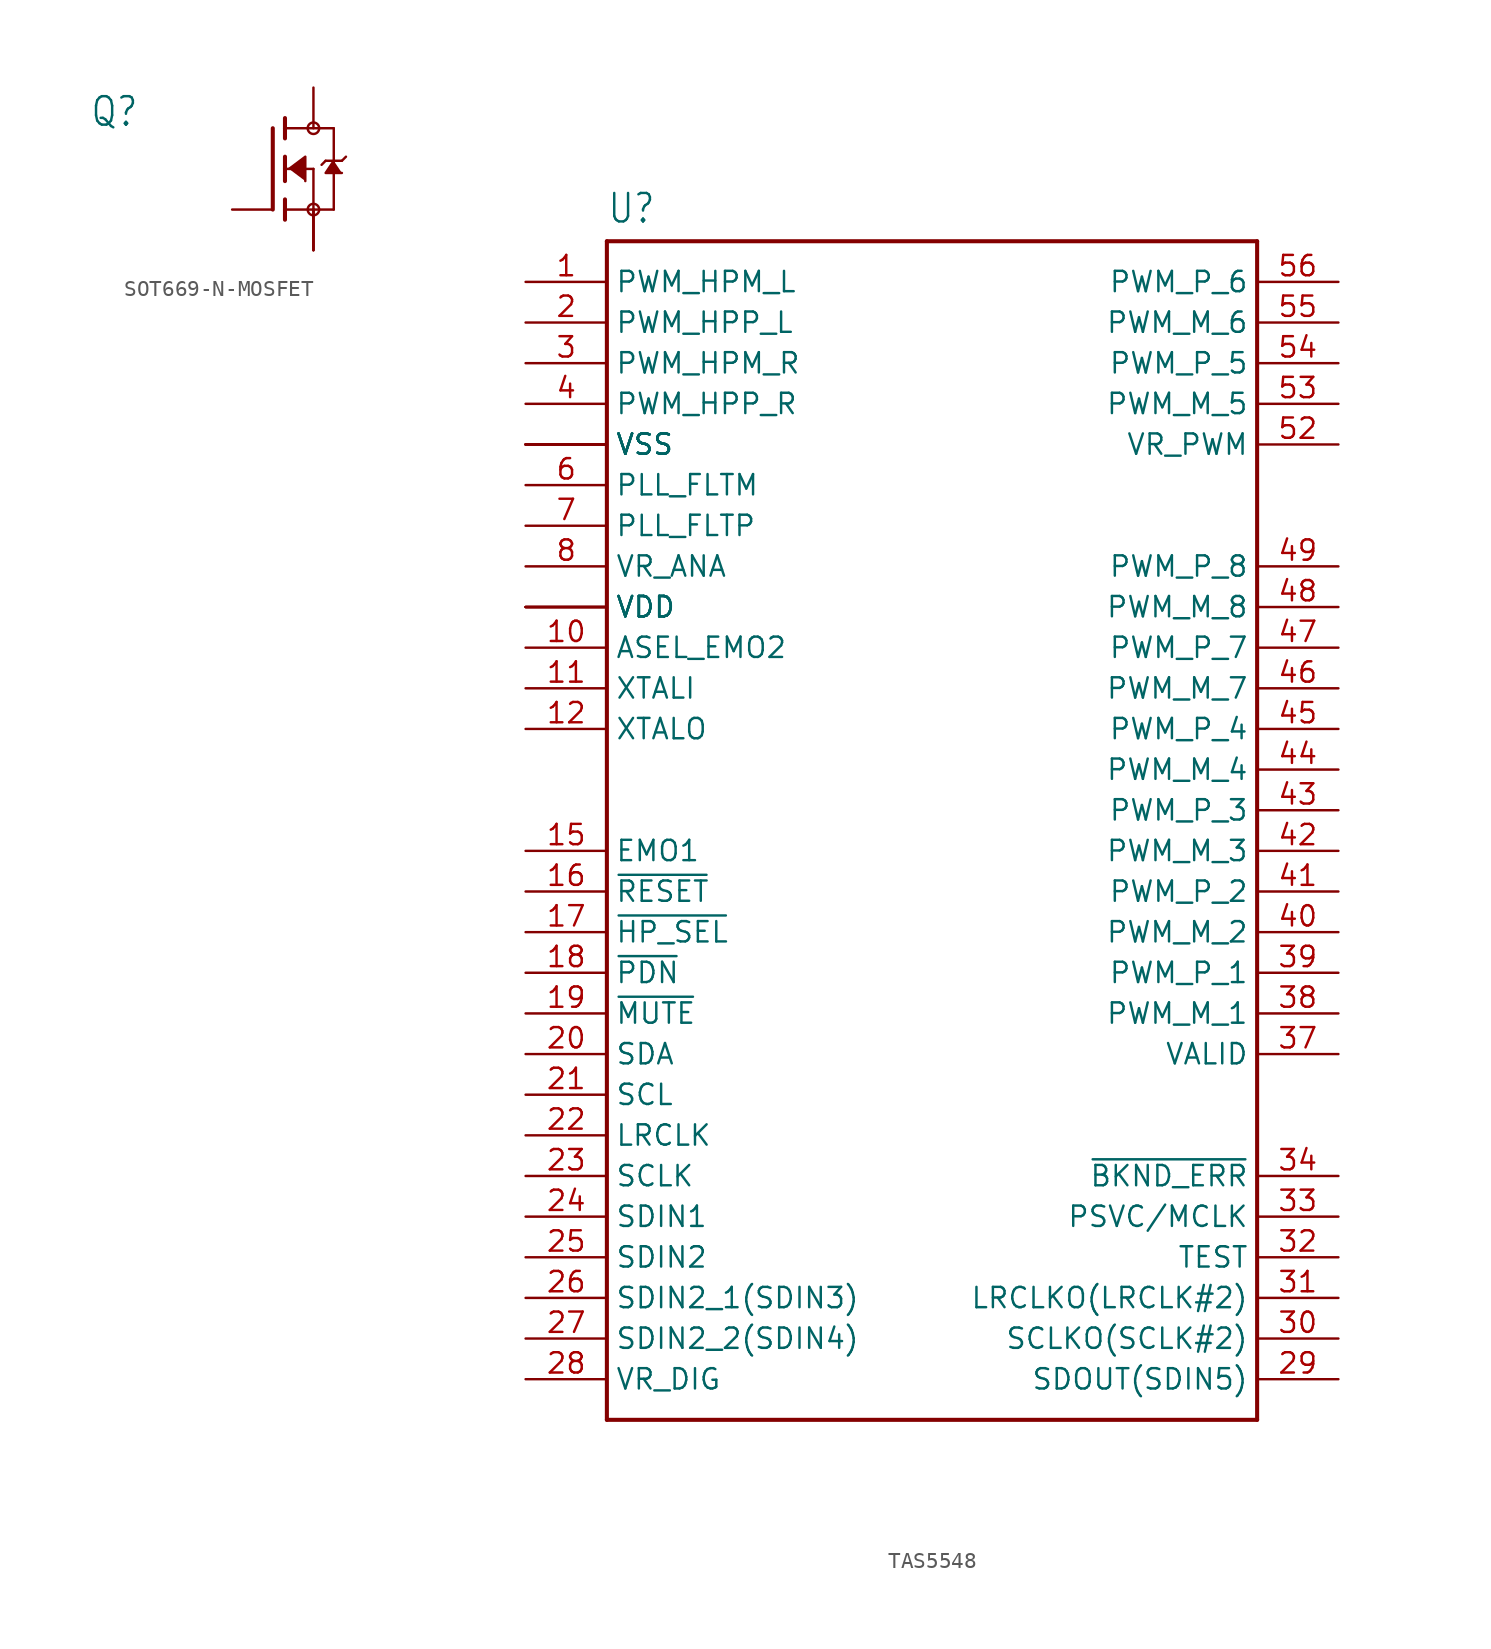
<source format=kicad_sym>
(kicad_symbol_lib
  (version 20231120)
  (generator "kicad_symbol_editor")
  (generator_version "8.0")
  (symbol "SOT669-N-MOSFET"
    (property "Reference" "Q"
      (at -11.43 2.54 0)
      (effects (font (size 1.778 1.511)) (justify left bottom)))
    (property "Value" ""
      (at -11.43 0 0)
      (effects (font (size 1.778 1.511)) (justify left bottom)))
    (property "ki_locked" ""
      (at 0 0 0)
      (effects (font (size 1.27 1.27))))
    (symbol "SOT669-N-MOSFET_1_0"
      (polyline (pts (xy 0 2.54) (xy 0 -2.54)) (stroke (width 0.254) (type solid)) (fill (type none)))
      (polyline (pts (xy 0.762 -2.54) (xy 0.762 -3.175)) (stroke (width 0.254) (type solid)) (fill (type none)))
      (polyline (pts (xy 0.762 -1.905) (xy 0.762 -2.54)) (stroke (width 0.254) (type solid)) (fill (type none)))
      (polyline (pts (xy 0.762 0) (xy 0.762 -0.762)) (stroke (width 0.254) (type solid)) (fill (type none)))
      (polyline (pts (xy 0.762 0) (xy 2.54 0)) (stroke (width 0.152) (type solid)) (fill (type none)))
      (polyline (pts (xy 0.762 0.762) (xy 0.762 0)) (stroke (width 0.254) (type solid)) (fill (type none)))
      (polyline (pts (xy 0.762 2.54) (xy 0.762 1.905)) (stroke (width 0.254) (type solid)) (fill (type none)))
      (polyline (pts (xy 0.762 2.54) (xy 3.81 2.54)) (stroke (width 0.152) (type solid)) (fill (type none)))
      (polyline (pts (xy 0.762 3.175) (xy 0.762 2.54)) (stroke (width 0.254) (type solid)) (fill (type none)))
      (polyline (pts (xy 2.54 -2.54) (xy 0.762 -2.54)) (stroke (width 0.152) (type solid)) (fill (type none)))
      (polyline (pts (xy 2.54 -2.54) (xy 3.81 -2.54)) (stroke (width 0.152) (type solid)) (fill (type none)))
      (polyline (pts (xy 2.54 0) (xy 2.54 -2.54)) (stroke (width 0.152) (type solid)) (fill (type none)))
      (polyline (pts (xy 3.302 0.508) (xy 3.048 0.254)) (stroke (width 0.152) (type solid)) (fill (type none)))
      (polyline (pts (xy 3.81 0.508) (xy 3.302 0.508)) (stroke (width 0.152) (type solid)) (fill (type none)))
      (polyline (pts (xy 3.81 0.508) (xy 3.81 -2.54)) (stroke (width 0.152) (type solid)) (fill (type none)))
      (polyline (pts (xy 3.81 2.54) (xy 3.81 0.508)) (stroke (width 0.152) (type solid)) (fill (type none)))
      (polyline (pts (xy 4.318 0.508) (xy 3.81 0.508)) (stroke (width 0.152) (type solid)) (fill (type none)))
      (polyline (pts (xy 4.572 0.762) (xy 4.318 0.508)) (stroke (width 0.152) (type solid)) (fill (type none)))
      (polyline (pts (xy 1.016 0) (xy 2.032 0.762) (xy 2.032 -0.762)) (stroke (width 0.152) (type solid)) (fill (type outline)))
      (polyline (pts (xy 3.81 0.508) (xy 3.302 -0.254) (xy 4.318 -0.254)) (stroke (width 0.152) (type solid)) (fill (type outline)))
      (circle (center 2.54 -2.54) (radius 0.359) (stroke (width 0) (type solid)) (fill (type none)))
      (circle (center 2.54 2.54) (radius 0.359) (stroke (width 0) (type solid)) (fill (type none)))
      (pin passive line (at 2.54 -5.08 90) (length 2.54) (name "S" (effects (font (size 0 0)))) (number "1" (effects (font (size 0 0)))))
      (pin passive line (at 2.54 -5.08 90) (length 2.54) (name "S" (effects (font (size 0 0)))) (number "2" (effects (font (size 0 0)))))
      (pin passive line (at 2.54 -5.08 90) (length 2.54) (name "S" (effects (font (size 0 0)))) (number "3" (effects (font (size 0 0)))))
      (pin passive line (at -2.54 -2.54 0) (length 2.54) (name "G" (effects (font (size 0 0)))) (number "4" (effects (font (size 0 0)))))
      (pin passive line (at 2.54 5.08 270) (length 2.54) (name "D" (effects (font (size 0 0)))) (number "MB" (effects (font (size 0 0)))))))
  (symbol "TAS5548"
    (property "Reference" "U"
      (at -20.32 36.576 0)
      (effects (font (size 1.778 1.511)) (justify left bottom)))
    (property "Value" ""
      (at 20.32 36.576 0)
      (effects (font (size 1.778 1.511)) (justify right bottom)))
    (property "ki_locked" ""
      (at 0 0 0)
      (effects (font (size 1.27 1.27))))
    (symbol "TAS5548_1_0"
      (polyline (pts (xy -20.32 -38.1) (xy -20.32 35.56)) (stroke (width 0.254) (type solid)) (fill (type none)))
      (polyline (pts (xy -20.32 35.56) (xy 20.32 35.56)) (stroke (width 0.254) (type solid)) (fill (type none)))
      (polyline (pts (xy 20.32 -38.1) (xy -20.32 -38.1)) (stroke (width 0.254) (type solid)) (fill (type none)))
      (polyline (pts (xy 20.32 35.56) (xy 20.32 -38.1)) (stroke (width 0.254) (type solid)) (fill (type none)))
      (pin bidirectional line (at -25.4 33.02 0) (length 5.08) (name "PWM_HPM_L" (effects (font (size 1.27 1.27)))) (number "1" (effects (font (size 1.27 1.27)))))
      (pin bidirectional line (at -25.4 10.16 0) (length 5.08) (name "ASEL_EMO2" (effects (font (size 1.27 1.27)))) (number "10" (effects (font (size 1.27 1.27)))))
      (pin bidirectional line (at -25.4 7.62 0) (length 5.08) (name "XTALI" (effects (font (size 1.27 1.27)))) (number "11" (effects (font (size 1.27 1.27)))))
      (pin bidirectional line (at -25.4 5.08 0) (length 5.08) (name "XTALO" (effects (font (size 1.27 1.27)))) (number "12" (effects (font (size 1.27 1.27)))))
      (pin bidirectional line (at -25.4 22.86 0) (length 5.08) (name "VSS" (effects (font (size 1.27 1.27)))) (number "13" (effects (font (size 0 0)))))
      (pin bidirectional line (at -25.4 12.7 0) (length 5.08) (name "VDD" (effects (font (size 1.27 1.27)))) (number "14" (effects (font (size 0 0)))))
      (pin bidirectional line (at -25.4 -2.54 0) (length 5.08) (name "EMO1" (effects (font (size 1.27 1.27)))) (number "15" (effects (font (size 1.27 1.27)))))
      (pin bidirectional line (at -25.4 -5.08 0) (length 5.08) (name "~{RESET}" (effects (font (size 1.27 1.27)))) (number "16" (effects (font (size 1.27 1.27)))))
      (pin bidirectional line (at -25.4 -7.62 0) (length 5.08) (name "~{HP_SEL}" (effects (font (size 1.27 1.27)))) (number "17" (effects (font (size 1.27 1.27)))))
      (pin bidirectional line (at -25.4 -10.16 0) (length 5.08) (name "~{PDN}" (effects (font (size 1.27 1.27)))) (number "18" (effects (font (size 1.27 1.27)))))
      (pin bidirectional line (at -25.4 -12.7 0) (length 5.08) (name "~{MUTE}" (effects (font (size 1.27 1.27)))) (number "19" (effects (font (size 1.27 1.27)))))
      (pin bidirectional line (at -25.4 30.48 0) (length 5.08) (name "PWM_HPP_L" (effects (font (size 1.27 1.27)))) (number "2" (effects (font (size 1.27 1.27)))))
      (pin bidirectional line (at -25.4 -15.24 0) (length 5.08) (name "SDA" (effects (font (size 1.27 1.27)))) (number "20" (effects (font (size 1.27 1.27)))))
      (pin bidirectional line (at -25.4 -17.78 0) (length 5.08) (name "SCL" (effects (font (size 1.27 1.27)))) (number "21" (effects (font (size 1.27 1.27)))))
      (pin bidirectional line (at -25.4 -20.32 0) (length 5.08) (name "LRCLK" (effects (font (size 1.27 1.27)))) (number "22" (effects (font (size 1.27 1.27)))))
      (pin bidirectional line (at -25.4 -22.86 0) (length 5.08) (name "SCLK" (effects (font (size 1.27 1.27)))) (number "23" (effects (font (size 1.27 1.27)))))
      (pin bidirectional line (at -25.4 -25.4 0) (length 5.08) (name "SDIN1" (effects (font (size 1.27 1.27)))) (number "24" (effects (font (size 1.27 1.27)))))
      (pin bidirectional line (at -25.4 -27.94 0) (length 5.08) (name "SDIN2" (effects (font (size 1.27 1.27)))) (number "25" (effects (font (size 1.27 1.27)))))
      (pin bidirectional line (at -25.4 -30.48 0) (length 5.08) (name "SDIN2_1(SDIN3)" (effects (font (size 1.27 1.27)))) (number "26" (effects (font (size 1.27 1.27)))))
      (pin bidirectional line (at -25.4 -33.02 0) (length 5.08) (name "SDIN2_2(SDIN4)" (effects (font (size 1.27 1.27)))) (number "27" (effects (font (size 1.27 1.27)))))
      (pin bidirectional line (at -25.4 -35.56 0) (length 5.08) (name "VR_DIG" (effects (font (size 1.27 1.27)))) (number "28" (effects (font (size 1.27 1.27)))))
      (pin bidirectional line (at 25.4 -35.56 180) (length 5.08) (name "SDOUT(SDIN5)" (effects (font (size 1.27 1.27)))) (number "29" (effects (font (size 1.27 1.27)))))
      (pin bidirectional line (at -25.4 27.94 0) (length 5.08) (name "PWM_HPM_R" (effects (font (size 1.27 1.27)))) (number "3" (effects (font (size 1.27 1.27)))))
      (pin bidirectional line (at 25.4 -33.02 180) (length 5.08) (name "SCLKO(SCLK#2)" (effects (font (size 1.27 1.27)))) (number "30" (effects (font (size 1.27 1.27)))))
      (pin bidirectional line (at 25.4 -30.48 180) (length 5.08) (name "LRCLKO(LRCLK#2)" (effects (font (size 1.27 1.27)))) (number "31" (effects (font (size 1.27 1.27)))))
      (pin bidirectional line (at 25.4 -27.94 180) (length 5.08) (name "TEST" (effects (font (size 1.27 1.27)))) (number "32" (effects (font (size 1.27 1.27)))))
      (pin bidirectional line (at 25.4 -25.4 180) (length 5.08) (name "PSVC/MCLK" (effects (font (size 1.27 1.27)))) (number "33" (effects (font (size 1.27 1.27)))))
      (pin bidirectional line (at 25.4 -22.86 180) (length 5.08) (name "~{BKND_ERR}" (effects (font (size 1.27 1.27)))) (number "34" (effects (font (size 1.27 1.27)))))
      (pin bidirectional line (at -25.4 12.7 0) (length 5.08) (name "VDD" (effects (font (size 1.27 1.27)))) (number "35" (effects (font (size 0 0)))))
      (pin bidirectional line (at -25.4 22.86 0) (length 5.08) (name "VSS" (effects (font (size 1.27 1.27)))) (number "36" (effects (font (size 0 0)))))
      (pin bidirectional line (at 25.4 -15.24 180) (length 5.08) (name "VALID" (effects (font (size 1.27 1.27)))) (number "37" (effects (font (size 1.27 1.27)))))
      (pin bidirectional line (at 25.4 -12.7 180) (length 5.08) (name "PWM_M_1" (effects (font (size 1.27 1.27)))) (number "38" (effects (font (size 1.27 1.27)))))
      (pin bidirectional line (at 25.4 -10.16 180) (length 5.08) (name "PWM_P_1" (effects (font (size 1.27 1.27)))) (number "39" (effects (font (size 1.27 1.27)))))
      (pin bidirectional line (at -25.4 25.4 0) (length 5.08) (name "PWM_HPP_R" (effects (font (size 1.27 1.27)))) (number "4" (effects (font (size 1.27 1.27)))))
      (pin bidirectional line (at 25.4 -7.62 180) (length 5.08) (name "PWM_M_2" (effects (font (size 1.27 1.27)))) (number "40" (effects (font (size 1.27 1.27)))))
      (pin bidirectional line (at 25.4 -5.08 180) (length 5.08) (name "PWM_P_2" (effects (font (size 1.27 1.27)))) (number "41" (effects (font (size 1.27 1.27)))))
      (pin bidirectional line (at 25.4 -2.54 180) (length 5.08) (name "PWM_M_3" (effects (font (size 1.27 1.27)))) (number "42" (effects (font (size 1.27 1.27)))))
      (pin bidirectional line (at 25.4 0 180) (length 5.08) (name "PWM_P_3" (effects (font (size 1.27 1.27)))) (number "43" (effects (font (size 1.27 1.27)))))
      (pin bidirectional line (at 25.4 2.54 180) (length 5.08) (name "PWM_M_4" (effects (font (size 1.27 1.27)))) (number "44" (effects (font (size 1.27 1.27)))))
      (pin bidirectional line (at 25.4 5.08 180) (length 5.08) (name "PWM_P_4" (effects (font (size 1.27 1.27)))) (number "45" (effects (font (size 1.27 1.27)))))
      (pin bidirectional line (at 25.4 7.62 180) (length 5.08) (name "PWM_M_7" (effects (font (size 1.27 1.27)))) (number "46" (effects (font (size 1.27 1.27)))))
      (pin bidirectional line (at 25.4 10.16 180) (length 5.08) (name "PWM_P_7" (effects (font (size 1.27 1.27)))) (number "47" (effects (font (size 1.27 1.27)))))
      (pin bidirectional line (at 25.4 12.7 180) (length 5.08) (name "PWM_M_8" (effects (font (size 1.27 1.27)))) (number "48" (effects (font (size 1.27 1.27)))))
      (pin bidirectional line (at 25.4 15.24 180) (length 5.08) (name "PWM_P_8" (effects (font (size 1.27 1.27)))) (number "49" (effects (font (size 1.27 1.27)))))
      (pin bidirectional line (at -25.4 22.86 0) (length 5.08) (name "VSS" (effects (font (size 1.27 1.27)))) (number "5" (effects (font (size 0 0)))))
      (pin bidirectional line (at -25.4 12.7 0) (length 5.08) (name "VDD" (effects (font (size 1.27 1.27)))) (number "50" (effects (font (size 0 0)))))
      (pin bidirectional line (at -25.4 22.86 0) (length 5.08) (name "VSS" (effects (font (size 1.27 1.27)))) (number "51" (effects (font (size 0 0)))))
      (pin bidirectional line (at 25.4 22.86 180) (length 5.08) (name "VR_PWM" (effects (font (size 1.27 1.27)))) (number "52" (effects (font (size 1.27 1.27)))))
      (pin bidirectional line (at 25.4 25.4 180) (length 5.08) (name "PWM_M_5" (effects (font (size 1.27 1.27)))) (number "53" (effects (font (size 1.27 1.27)))))
      (pin bidirectional line (at 25.4 27.94 180) (length 5.08) (name "PWM_P_5" (effects (font (size 1.27 1.27)))) (number "54" (effects (font (size 1.27 1.27)))))
      (pin bidirectional line (at 25.4 30.48 180) (length 5.08) (name "PWM_M_6" (effects (font (size 1.27 1.27)))) (number "55" (effects (font (size 1.27 1.27)))))
      (pin bidirectional line (at 25.4 33.02 180) (length 5.08) (name "PWM_P_6" (effects (font (size 1.27 1.27)))) (number "56" (effects (font (size 1.27 1.27)))))
      (pin bidirectional line (at -25.4 20.32 0) (length 5.08) (name "PLL_FLTM" (effects (font (size 1.27 1.27)))) (number "6" (effects (font (size 1.27 1.27)))))
      (pin bidirectional line (at -25.4 17.78 0) (length 5.08) (name "PLL_FLTP" (effects (font (size 1.27 1.27)))) (number "7" (effects (font (size 1.27 1.27)))))
      (pin bidirectional line (at -25.4 15.24 0) (length 5.08) (name "VR_ANA" (effects (font (size 1.27 1.27)))) (number "8" (effects (font (size 1.27 1.27)))))
      (pin bidirectional line (at -25.4 12.7 0) (length 5.08) (name "VDD" (effects (font (size 1.27 1.27)))) (number "9" (effects (font (size 0 0)))))
      (pin bidirectional line (at -25.4 22.86 0) (length 5.08) (name "VSS" (effects (font (size 1.27 1.27)))) (number "EXP" (effects (font (size 0 0))))))))
</source>
